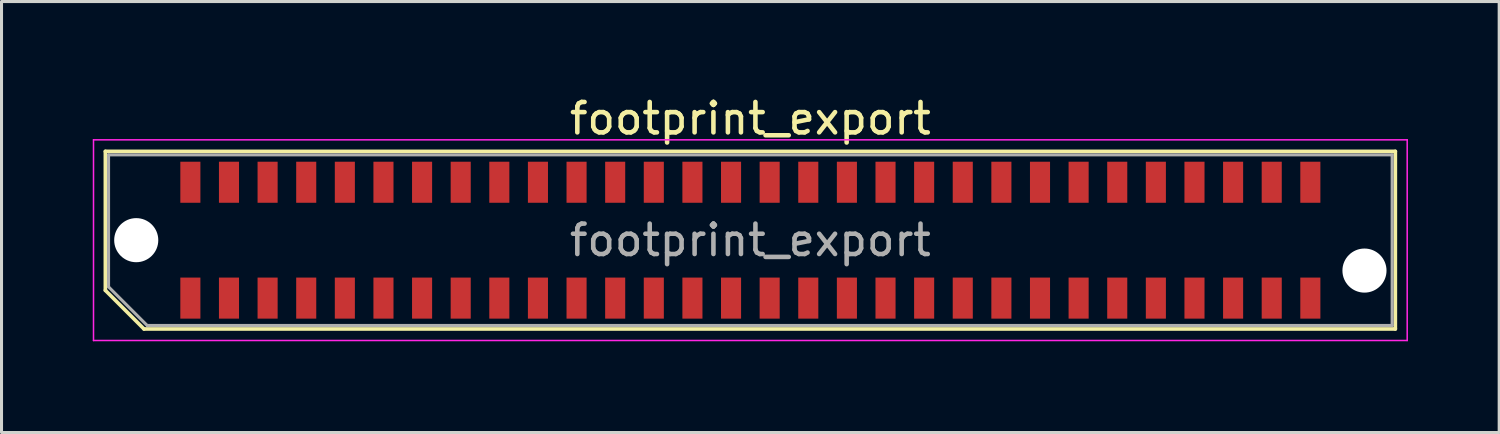
<source format=kicad_pcb>
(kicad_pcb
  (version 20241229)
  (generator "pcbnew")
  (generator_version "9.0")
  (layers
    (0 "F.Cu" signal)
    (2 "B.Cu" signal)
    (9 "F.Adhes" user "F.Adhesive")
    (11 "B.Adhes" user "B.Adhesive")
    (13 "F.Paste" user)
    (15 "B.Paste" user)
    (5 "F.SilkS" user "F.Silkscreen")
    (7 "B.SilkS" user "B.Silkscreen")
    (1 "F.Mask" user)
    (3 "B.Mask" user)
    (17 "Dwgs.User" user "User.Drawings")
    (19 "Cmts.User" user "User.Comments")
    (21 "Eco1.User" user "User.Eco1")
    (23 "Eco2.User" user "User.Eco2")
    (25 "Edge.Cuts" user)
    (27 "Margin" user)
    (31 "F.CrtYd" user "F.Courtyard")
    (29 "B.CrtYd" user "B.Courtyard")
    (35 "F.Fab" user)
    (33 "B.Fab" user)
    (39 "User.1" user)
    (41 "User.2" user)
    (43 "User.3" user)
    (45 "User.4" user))
  (footprint "footprint_export"
    (layer "F.Cu")
    (at 21.625 4.848)
    (property "Reference" "footprint_export" (at 0 -4 0) (layer "F.SilkS") (effects (font (size 1 1) (thickness 0.15))))
    (attr smd)
    (fp_line (start -21.21 -2.92) (end 21.21 -2.92) (stroke (width 0.12) (type solid)) (layer "F.SilkS"))
    (fp_line (start -21.21 1.65) (end -21.21 -2.92) (stroke (width 0.12) (type solid)) (layer "F.SilkS"))
    (fp_line (start -19.94 2.92) (end -21.21 1.65) (stroke (width 0.12) (type solid)) (layer "F.SilkS"))
    (fp_line (start -19.94 2.92) (end 21.21 2.92) (stroke (width 0.12) (type solid)) (layer "F.SilkS"))
    (fp_line (start 21.21 2.92) (end 21.21 -2.92) (stroke (width 0.12) (type solid)) (layer "F.SilkS"))
    (fp_line (start -21.6 -3.3) (end -21.6 3.3) (stroke (width 0.05) (type solid)) (layer "F.CrtYd"))
    (fp_line (start -21.6 3.3) (end 21.6 3.3) (stroke (width 0.05) (type solid)) (layer "F.CrtYd"))
    (fp_line (start 21.6 -3.3) (end -21.6 -3.3) (stroke (width 0.05) (type solid)) (layer "F.CrtYd"))
    (fp_line (start 21.6 3.3) (end 21.6 -3.3) (stroke (width 0.05) (type solid)) (layer "F.CrtYd"))
    (fp_line (start -21.105 -2.805) (end 21.105 -2.805) (stroke (width 0.1) (type solid)) (layer "F.Fab"))
    (fp_line (start -21.105 1.535) (end -21.105 -2.805) (stroke (width 0.1) (type solid)) (layer "F.Fab"))
    (fp_line (start -21.105 1.535) (end -19.835 2.805) (stroke (width 0.1) (type solid)) (layer "F.Fab"))
    (fp_line (start -19.835 2.805) (end 21.105 2.805) (stroke (width 0.1) (type solid)) (layer "F.Fab"))
    (fp_line (start 21.105 2.805) (end 21.105 -2.805) (stroke (width 0.1) (type solid)) (layer "F.Fab"))
    (fp_text user "${REFERENCE}" (at 0 0 0) (layer "F.Fab") (effects (font (size 1 1) (thickness 0.15))))
    (pad "" np_thru_hole circle (at -20.195 0) (size 1.45 1.45) (drill 1.45) (layers "*.Cu" "*.Mask"))
    (pad "" np_thru_hole circle (at 20.195 1) (size 1.45 1.45) (drill 1.45) (layers "*.Cu" "*.Mask"))
    (pad "1" smd rect (at -18.415 1.905) (size 0.66 1.35) (layers "F.Cu" "F.Mask" "F.Paste"))
    (pad "2" smd rect (at -18.415 -1.905) (size 0.66 1.35) (layers "F.Cu" "F.Mask" "F.Paste"))
    (pad "3" smd rect (at -17.145 1.905) (size 0.66 1.35) (layers "F.Cu" "F.Mask" "F.Paste"))
    (pad "4" smd rect (at -17.145 -1.905) (size 0.66 1.35) (layers "F.Cu" "F.Mask" "F.Paste"))
    (pad "5" smd rect (at -15.875 1.905) (size 0.66 1.35) (layers "F.Cu" "F.Mask" "F.Paste"))
    (pad "6" smd rect (at -15.875 -1.905) (size 0.66 1.35) (layers "F.Cu" "F.Mask" "F.Paste"))
    (pad "7" smd rect (at -14.605 1.905) (size 0.66 1.35) (layers "F.Cu" "F.Mask" "F.Paste"))
    (pad "8" smd rect (at -14.605 -1.905) (size 0.66 1.35) (layers "F.Cu" "F.Mask" "F.Paste"))
    (pad "9" smd rect (at -13.335 1.905) (size 0.66 1.35) (layers "F.Cu" "F.Mask" "F.Paste"))
    (pad "10" smd rect (at -13.335 -1.905) (size 0.66 1.35) (layers "F.Cu" "F.Mask" "F.Paste"))
    (pad "11" smd rect (at -12.065 1.905) (size 0.66 1.35) (layers "F.Cu" "F.Mask" "F.Paste"))
    (pad "12" smd rect (at -12.065 -1.905) (size 0.66 1.35) (layers "F.Cu" "F.Mask" "F.Paste"))
    (pad "13" smd rect (at -10.795 1.905) (size 0.66 1.35) (layers "F.Cu" "F.Mask" "F.Paste"))
    (pad "14" smd rect (at -10.795 -1.905) (size 0.66 1.35) (layers "F.Cu" "F.Mask" "F.Paste"))
    (pad "15" smd rect (at -9.525 1.905) (size 0.66 1.35) (layers "F.Cu" "F.Mask" "F.Paste"))
    (pad "16" smd rect (at -9.525 -1.905) (size 0.66 1.35) (layers "F.Cu" "F.Mask" "F.Paste"))
    (pad "17" smd rect (at -8.255 1.905) (size 0.66 1.35) (layers "F.Cu" "F.Mask" "F.Paste"))
    (pad "18" smd rect (at -8.255 -1.905) (size 0.66 1.35) (layers "F.Cu" "F.Mask" "F.Paste"))
    (pad "19" smd rect (at -6.985 1.905) (size 0.66 1.35) (layers "F.Cu" "F.Mask" "F.Paste"))
    (pad "20" smd rect (at -6.985 -1.905) (size 0.66 1.35) (layers "F.Cu" "F.Mask" "F.Paste"))
    (pad "21" smd rect (at -5.715 1.905) (size 0.66 1.35) (layers "F.Cu" "F.Mask" "F.Paste"))
    (pad "22" smd rect (at -5.715 -1.905) (size 0.66 1.35) (layers "F.Cu" "F.Mask" "F.Paste"))
    (pad "23" smd rect (at -4.445 1.905) (size 0.66 1.35) (layers "F.Cu" "F.Mask" "F.Paste"))
    (pad "24" smd rect (at -4.445 -1.905) (size 0.66 1.35) (layers "F.Cu" "F.Mask" "F.Paste"))
    (pad "25" smd rect (at -3.175 1.905) (size 0.66 1.35) (layers "F.Cu" "F.Mask" "F.Paste"))
    (pad "26" smd rect (at -3.175 -1.905) (size 0.66 1.35) (layers "F.Cu" "F.Mask" "F.Paste"))
    (pad "27" smd rect (at -1.905 1.905) (size 0.66 1.35) (layers "F.Cu" "F.Mask" "F.Paste"))
    (pad "28" smd rect (at -1.905 -1.905) (size 0.66 1.35) (layers "F.Cu" "F.Mask" "F.Paste"))
    (pad "29" smd rect (at -0.635 1.905) (size 0.66 1.35) (layers "F.Cu" "F.Mask" "F.Paste"))
    (pad "30" smd rect (at -0.635 -1.905) (size 0.66 1.35) (layers "F.Cu" "F.Mask" "F.Paste"))
    (pad "31" smd rect (at 0.635 1.905) (size 0.66 1.35) (layers "F.Cu" "F.Mask" "F.Paste"))
    (pad "32" smd rect (at 0.635 -1.905) (size 0.66 1.35) (layers "F.Cu" "F.Mask" "F.Paste"))
    (pad "33" smd rect (at 1.905 1.905) (size 0.66 1.35) (layers "F.Cu" "F.Mask" "F.Paste"))
    (pad "34" smd rect (at 1.905 -1.905) (size 0.66 1.35) (layers "F.Cu" "F.Mask" "F.Paste"))
    (pad "35" smd rect (at 3.175 1.905) (size 0.66 1.35) (layers "F.Cu" "F.Mask" "F.Paste"))
    (pad "36" smd rect (at 3.175 -1.905) (size 0.66 1.35) (layers "F.Cu" "F.Mask" "F.Paste"))
    (pad "37" smd rect (at 4.445 1.905) (size 0.66 1.35) (layers "F.Cu" "F.Mask" "F.Paste"))
    (pad "38" smd rect (at 4.445 -1.905) (size 0.66 1.35) (layers "F.Cu" "F.Mask" "F.Paste"))
    (pad "39" smd rect (at 5.715 1.905) (size 0.66 1.35) (layers "F.Cu" "F.Mask" "F.Paste"))
    (pad "40" smd rect (at 5.715 -1.905) (size 0.66 1.35) (layers "F.Cu" "F.Mask" "F.Paste"))
    (pad "41" smd rect (at 6.985 1.905) (size 0.66 1.35) (layers "F.Cu" "F.Mask" "F.Paste"))
    (pad "42" smd rect (at 6.985 -1.905) (size 0.66 1.35) (layers "F.Cu" "F.Mask" "F.Paste"))
    (pad "43" smd rect (at 8.255 1.905) (size 0.66 1.35) (layers "F.Cu" "F.Mask" "F.Paste"))
    (pad "44" smd rect (at 8.255 -1.905) (size 0.66 1.35) (layers "F.Cu" "F.Mask" "F.Paste"))
    (pad "45" smd rect (at 9.525 1.905) (size 0.66 1.35) (layers "F.Cu" "F.Mask" "F.Paste"))
    (pad "46" smd rect (at 9.525 -1.905) (size 0.66 1.35) (layers "F.Cu" "F.Mask" "F.Paste"))
    (pad "47" smd rect (at 10.795 1.905) (size 0.66 1.35) (layers "F.Cu" "F.Mask" "F.Paste"))
    (pad "48" smd rect (at 10.795 -1.905) (size 0.66 1.35) (layers "F.Cu" "F.Mask" "F.Paste"))
    (pad "49" smd rect (at 12.065 1.905) (size 0.66 1.35) (layers "F.Cu" "F.Mask" "F.Paste"))
    (pad "50" smd rect (at 12.065 -1.905) (size 0.66 1.35) (layers "F.Cu" "F.Mask" "F.Paste"))
    (pad "51" smd rect (at 13.335 1.905) (size 0.66 1.35) (layers "F.Cu" "F.Mask" "F.Paste"))
    (pad "52" smd rect (at 13.335 -1.905) (size 0.66 1.35) (layers "F.Cu" "F.Mask" "F.Paste"))
    (pad "53" smd rect (at 14.605 1.905) (size 0.66 1.35) (layers "F.Cu" "F.Mask" "F.Paste"))
    (pad "54" smd rect (at 14.605 -1.905) (size 0.66 1.35) (layers "F.Cu" "F.Mask" "F.Paste"))
    (pad "55" smd rect (at 15.875 1.905) (size 0.66 1.35) (layers "F.Cu" "F.Mask" "F.Paste"))
    (pad "56" smd rect (at 15.875 -1.905) (size 0.66 1.35) (layers "F.Cu" "F.Mask" "F.Paste"))
    (pad "57" smd rect (at 17.145 1.905) (size 0.66 1.35) (layers "F.Cu" "F.Mask" "F.Paste"))
    (pad "58" smd rect (at 17.145 -1.905) (size 0.66 1.35) (layers "F.Cu" "F.Mask" "F.Paste"))
    (pad "59" smd rect (at 18.415 1.905) (size 0.66 1.35) (layers "F.Cu" "F.Mask" "F.Paste"))
    (pad "60" smd rect (at 18.415 -1.905) (size 0.66 1.35) (layers "F.Cu" "F.Mask" "F.Paste")))
  (gr_rect
    (start -3 -3)
    (end 46.25 11.173)
    (stroke (width 0.1) (type default))
    (fill no)
    (layer "Edge.Cuts")))
</source>
